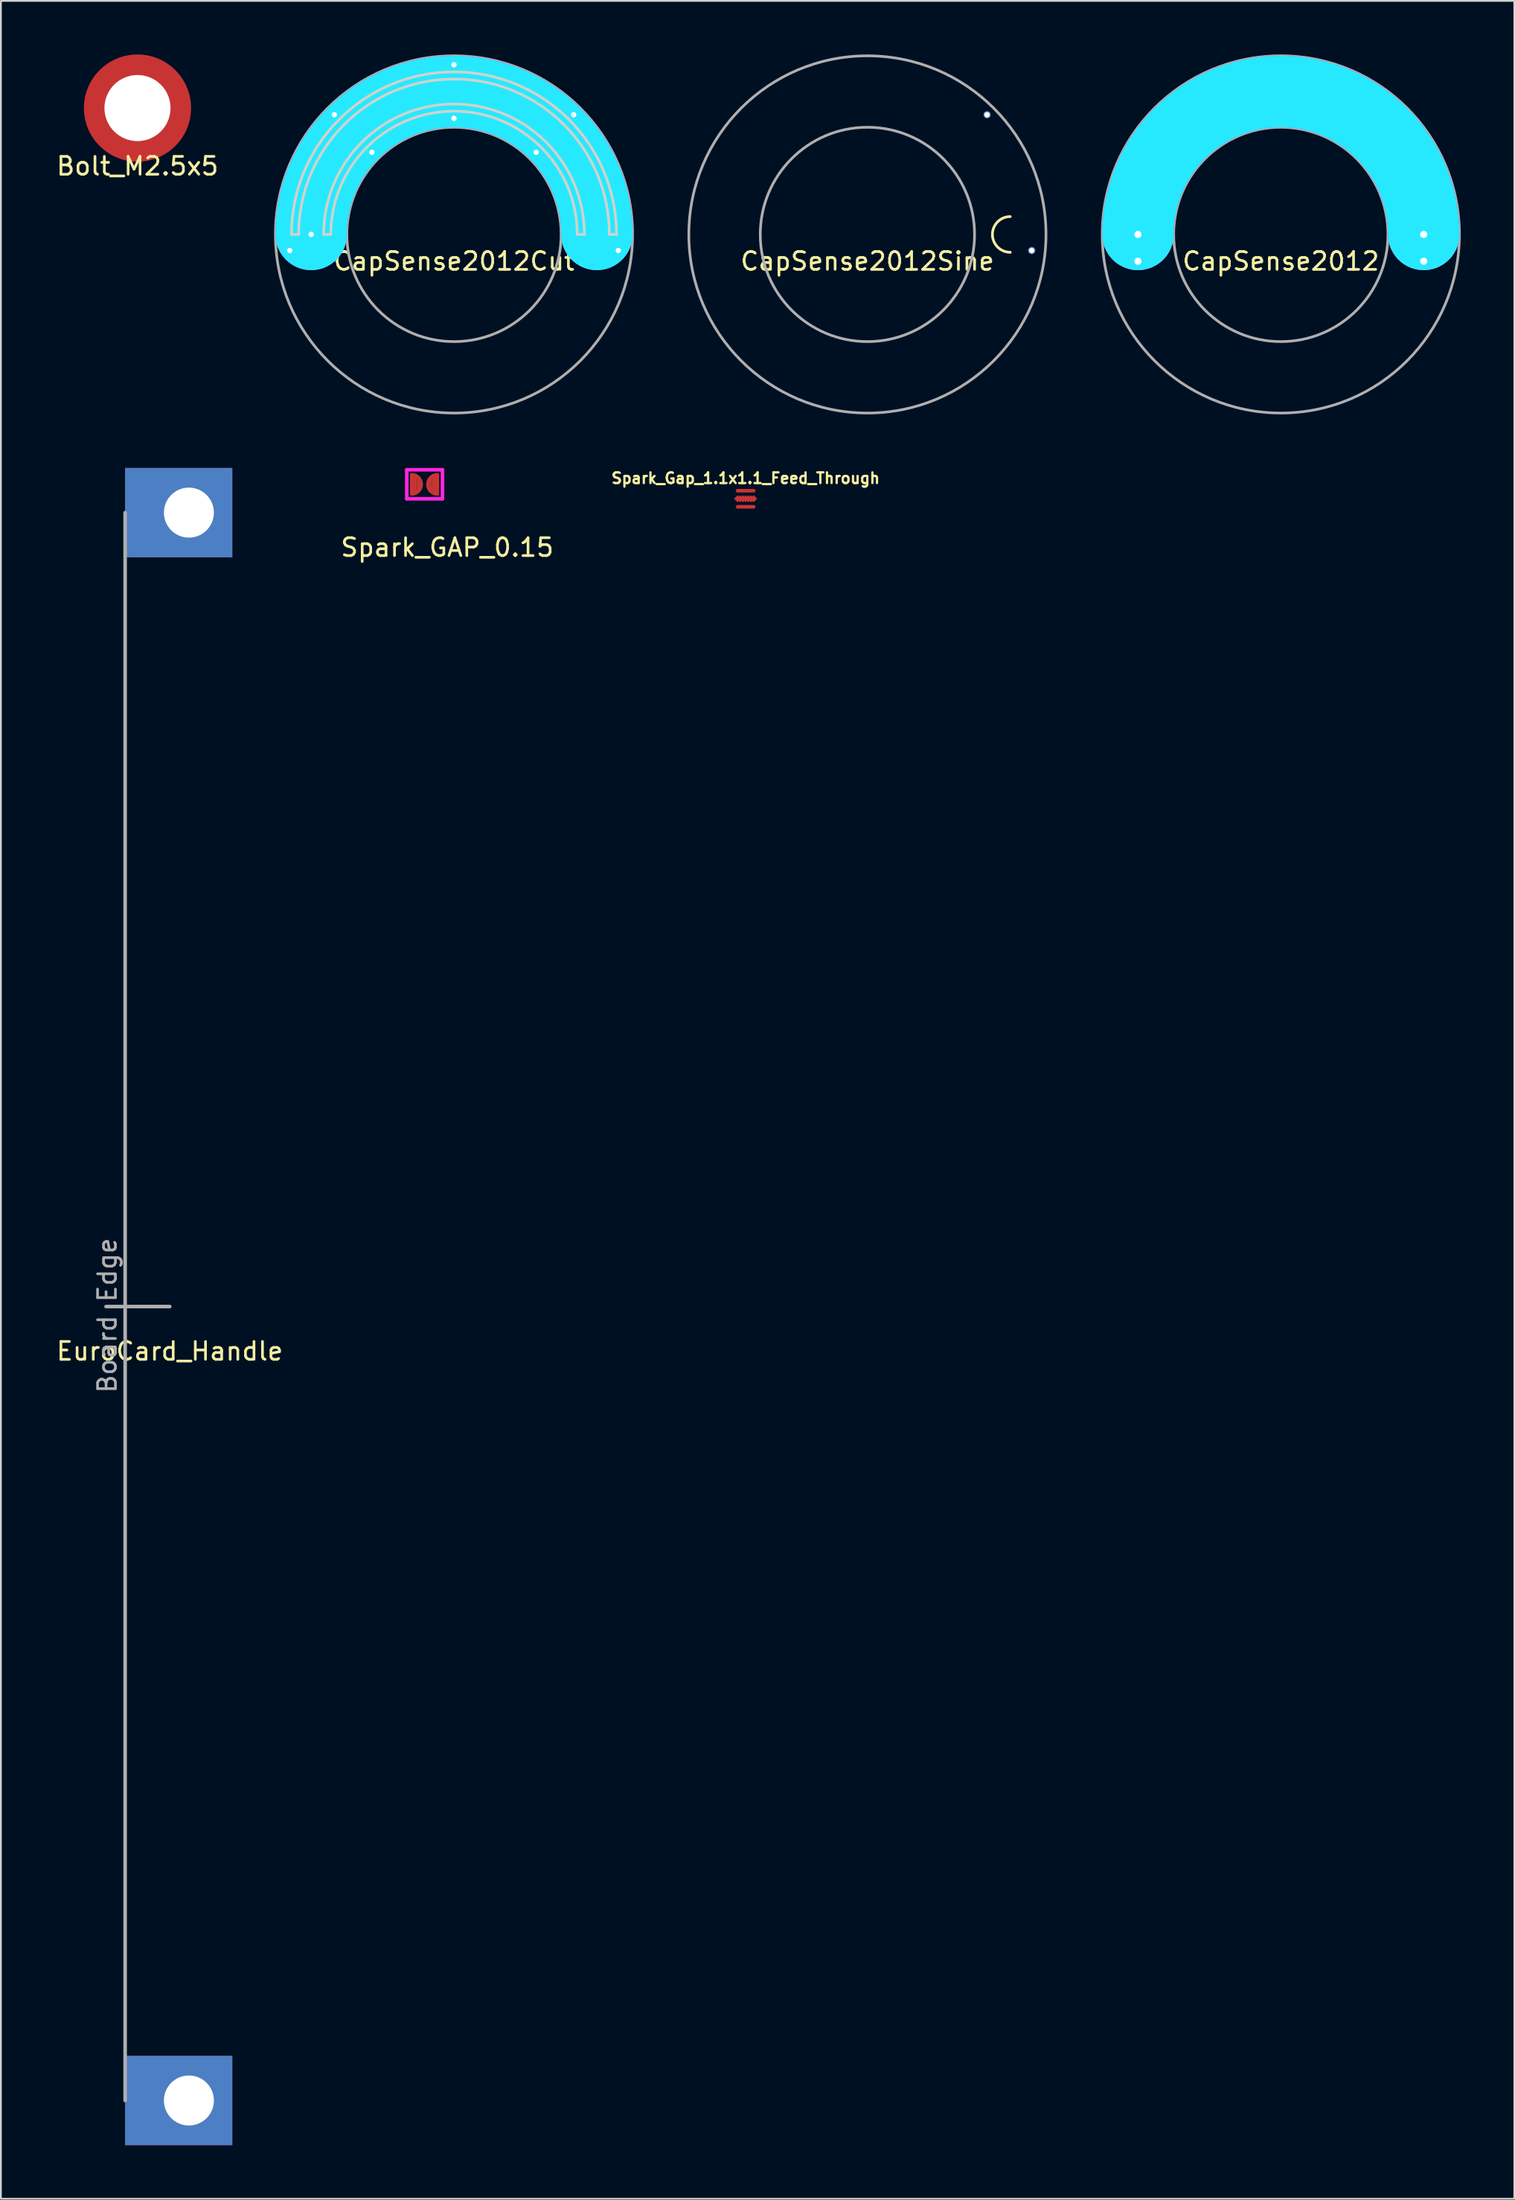
<source format=kicad_pcb>
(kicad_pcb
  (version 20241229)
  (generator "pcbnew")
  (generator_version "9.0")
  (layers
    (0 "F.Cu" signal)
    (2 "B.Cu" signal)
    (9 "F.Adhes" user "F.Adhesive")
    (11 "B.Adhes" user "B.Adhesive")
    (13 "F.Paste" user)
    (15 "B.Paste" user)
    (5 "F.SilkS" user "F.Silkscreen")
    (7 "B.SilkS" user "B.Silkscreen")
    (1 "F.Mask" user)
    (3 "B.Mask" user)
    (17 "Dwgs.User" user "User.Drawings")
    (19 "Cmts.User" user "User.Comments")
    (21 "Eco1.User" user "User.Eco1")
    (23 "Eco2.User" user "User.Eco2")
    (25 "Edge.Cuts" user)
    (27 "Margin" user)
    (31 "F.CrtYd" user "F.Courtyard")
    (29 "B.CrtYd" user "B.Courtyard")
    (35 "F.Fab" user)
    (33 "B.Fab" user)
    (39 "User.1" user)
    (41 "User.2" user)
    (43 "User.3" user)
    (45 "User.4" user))
  (footprint "EuroCard_Handle"
    (layer "F.Cu")
    (at 3.958 70.1)
    (property "Reference" "EuroCard_Handle" (at 2.5 2.5 0) (layer "F.SilkS") (effects (font (size 1 1) (thickness 0.15))))
    (attr through_hole)
    (fp_line (start -1.07 0) (end 2.5 0) (stroke (width 0.2) (type solid)) (layer "F.Fab"))
    (fp_line (start 0 -44.45) (end 0 44.45) (stroke (width 0.2) (type solid)) (layer "F.Fab"))
    (fp_text user "Board Edge" (at -1 0.5 270) (layer "F.Fab") (effects (font (size 1 1) (thickness 0.15))))
    (pad "1" thru_hole rect (at 3.57 44.45) (size 6 5) (drill 2.8 (offset -0.57 0)) (layers "*.Cu" "*.Mask"))
    (pad "2" thru_hole rect (at 3.57 -44.45) (size 6 5) (drill 2.8 (offset -0.57 0)) (layers "*.Cu" "*.Mask")))
  (footprint "CapSense2012"
    (layer "F.Cu")
    (at 68.673 10.075)
    (property "Reference" "CapSense2012" (at 0 1.5 0) (layer "F.SilkS") (effects (font (size 1 1) (thickness 0.15))))
    (attr through_hole)
    (fp_arc (start -9.5 0) (mid 0 -9.5) (end 9.5 0) (stroke (width 0.75) (type solid)) (layer "F.Cu"))
    (fp_arc (start -8 0) (mid 0 -8) (end 8 0) (stroke (width 1.5) (type solid)) (layer "F.Cu"))
    (fp_arc (start -8 1.5) (mid -9.06066 1.06066) (end -9.5 0) (stroke (width 0.75) (type solid)) (layer "F.Cu"))
    (fp_arc (start -6.5 0) (mid -6.93934 1.06066) (end -8 1.5) (stroke (width 0.75) (type solid)) (layer "F.Cu"))
    (fp_arc (start -6.5 0) (mid 0 -6.5) (end 6.5 0) (stroke (width 0.75) (type solid)) (layer "F.Cu"))
    (fp_arc (start 8 1.5) (mid 6.93934 1.06066) (end 6.5 0) (stroke (width 0.75) (type solid)) (layer "F.Cu"))
    (fp_arc (start 9.5 0) (mid 9.06066 1.06066) (end 8 1.5) (stroke (width 0.75) (type solid)) (layer "F.Cu"))
    (fp_arc (start -8 0) (mid 0 -8) (end 8 0) (stroke (width 4) (type solid)) (layer "F.Mask"))
    (fp_arc (start -8 0) (mid 0 -8) (end 8 0) (stroke (width 4) (type solid)) (layer "B.CrtYd"))
    (fp_arc (start -8 0) (mid 0 -8) (end 8 0) (stroke (width 4) (type solid)) (layer "F.CrtYd"))
    (fp_circle (center 0 0) (end 6 0) (stroke (width 0.15) (type solid)) (fill no) (layer "F.Fab"))
    (fp_circle (center 0 0) (end 10 0) (stroke (width 0.15) (type solid)) (fill no) (layer "F.Fab"))
    (pad "1" thru_hole circle (at -8 0) (size 0.75 0.75) (drill 0.4) (layers "*.Cu" "*.Mask"))
    (pad "1" thru_hole circle (at 8 0) (size 0.75 0.75) (drill 0.4) (layers "*.Cu" "*.Mask"))
    (pad "2" thru_hole circle (at -8 1.5) (size 0.75 0.75) (drill 0.4) (layers "*.Cu" "*.Mask"))
    (pad "2" thru_hole circle (at 8 1.5) (size 0.75 0.75) (drill 0.4) (layers "*.Cu" "*.Mask")))
  (footprint "Spark_Gap_1.1x1.1_Feed_Through"
    (layer "F.Cu")
    (at 38.702 24.874)
    (property "Reference" "Spark_Gap_1.1x1.1_Feed_Through" (at 0 -1.15 0) (layer "F.SilkS") (effects (font (size 0.6 0.6) (thickness 0.127))))
    (attr exclude_from_pos_files exclude_from_bom)
    (pad "1" smd rect (at -0.45 0 45) (size 0.283 0.283) (layers "F.Cu" "F.Mask" "F.Paste"))
    (pad "1" smd rect (at -0.3 0 45) (size 0.283 0.283) (layers "F.Cu" "F.Mask" "F.Paste"))
    (pad "1" smd rect (at -0.15 0 45) (size 0.283 0.283) (layers "F.Cu" "F.Mask" "F.Paste"))
    (pad "1" smd rect (at 0 0 45) (size 0.283 0.283) (layers "F.Cu" "F.Mask" "F.Paste"))
    (pad "1" smd rect (at 0 0) (size 0.5 0.2) (layers "F.Cu" "F.Mask"))
    (pad "1" smd rect (at 0.15 0 45) (size 0.283 0.283) (layers "F.Cu" "F.Mask" "F.Paste"))
    (pad "1" smd rect (at 0.3 0 45) (size 0.283 0.283) (layers "F.Cu" "F.Mask" "F.Paste"))
    (pad "1" smd rect (at 0.45 0 45) (size 0.283 0.283) (layers "F.Cu" "F.Mask" "F.Paste"))
    (pad "2" smd oval (at 0 -0.45) (size 1.1 0.2) (layers "F.Cu" "F.Mask" "F.Paste"))
    (pad "2" smd oval (at 0 0.45) (size 1.1 0.2) (layers "F.Cu" "F.Mask" "F.Paste")))
  (footprint "CapSense2012Cut"
    (layer "F.Cu")
    (at 22.373 10.075)
    (property "Reference" "CapSense2012Cut" (at 0 1.5 0) (layer "F.SilkS") (effects (font (size 1 1) (thickness 0.15))))
    (attr through_hole)
    (fp_arc (start -9.5 0) (mid 0 -9.5) (end 9.5 0) (stroke (width 0.6) (type solid)) (layer "F.Cu"))
    (fp_arc (start -8.75 1.299038) (mid -9.299038 0.75) (end -9.5 0) (stroke (width 0.6) (type solid)) (layer "F.Cu"))
    (fp_arc (start -6.5 0) (mid 0 -6.5) (end 6.5 0) (stroke (width 0.6) (type solid)) (layer "F.Cu"))
    (fp_arc (start -6.48697 0) (mid -6.687932 0.75) (end -7.23697 1.299038) (stroke (width 0.6) (type solid)) (layer "F.Cu"))
    (fp_arc (start 8 1.5) (mid 6.93934 1.06066) (end 6.5 0) (stroke (width 0.6) (type solid)) (layer "F.Cu"))
    (fp_arc (start 9.5 0) (mid 9.06066 1.06066) (end 8 1.5) (stroke (width 0.6) (type solid)) (layer "F.Cu"))
    (fp_arc (start -8 0) (mid 0 -8) (end 8 0) (stroke (width 4) (type solid)) (layer "F.Mask"))
    (fp_arc (start -9.5 0) (mid 0 -9.5) (end 9.5 0) (stroke (width 0.6) (type solid)) (layer "B.Cu"))
    (fp_arc (start -8 0) (mid 0 -8) (end 8 0) (stroke (width 1.2) (type solid)) (layer "B.Cu"))
    (fp_arc (start -8 1.5) (mid -9.06066 1.06066) (end -9.5 0) (stroke (width 0.6) (type solid)) (layer "B.Cu"))
    (fp_arc (start -6.5 0) (mid -6.93934 1.06066) (end -8 1.5) (stroke (width 0.6) (type solid)) (layer "B.Cu"))
    (fp_arc (start -6.5 0) (mid 0 -6.5) (end 6.5 0) (stroke (width 0.6) (type solid)) (layer "B.Cu"))
    (fp_arc (start 8 1.5) (mid 6.93934 1.06066) (end 6.5 0) (stroke (width 0.6) (type solid)) (layer "B.Cu"))
    (fp_arc (start 9.5 0) (mid 9.06066 1.06066) (end 8 1.5) (stroke (width 0.6) (type solid)) (layer "B.Cu"))
    (fp_arc (start -8 0) (mid 0 -8) (end 8 0) (stroke (width 4) (type solid)) (layer "B.Mask"))
    (fp_line (start -9.1 0) (end -8.7 0) (stroke (width 0.15) (type solid)) (layer "Edge.Cuts"))
    (fp_line (start -7.3 0) (end -6.9 0) (stroke (width 0.15) (type solid)) (layer "Edge.Cuts"))
    (fp_line (start 6.9 0) (end 7.3 0) (stroke (width 0.15) (type solid)) (layer "Edge.Cuts"))
    (fp_line (start 8.7 0) (end 9.1 0) (stroke (width 0.15) (type solid)) (layer "Edge.Cuts"))
    (fp_arc (start -9.1 0) (mid 0 -9.1) (end 9.1 0) (stroke (width 0.15) (type solid)) (layer "Edge.Cuts"))
    (fp_arc (start -8.7 0) (mid 0 -8.7) (end 8.7 0) (stroke (width 0.15) (type solid)) (layer "Edge.Cuts"))
    (fp_arc (start -7.3 0) (mid 0 -7.3) (end 7.3 0) (stroke (width 0.15) (type solid)) (layer "Edge.Cuts"))
    (fp_arc (start -6.9 0) (mid 0 -6.9) (end 6.9 0) (stroke (width 0.15) (type solid)) (layer "Edge.Cuts"))
    (fp_arc (start -8 0) (mid 0 -8) (end 8 0) (stroke (width 4) (type solid)) (layer "B.CrtYd"))
    (fp_arc (start -8 0) (mid 0 -8) (end 8 0) (stroke (width 4) (type solid)) (layer "F.CrtYd"))
    (fp_circle (center 0 0) (end 6 0) (stroke (width 0.15) (type solid)) (fill no) (layer "F.Fab"))
    (fp_circle (center 0 0) (end 10 0) (stroke (width 0.15) (type solid)) (fill no) (layer "F.Fab"))
    (pad "1" thru_hole circle (at -8 0) (size 0.6 0.6) (drill 0.3) (layers "*.Cu" "*.Mask"))
    (pad "2" thru_hole circle (at -9.2 0.9) (size 0.4 0.4) (drill 0.3) (layers "*.Cu" "*.Mask"))
    (pad "2" thru_hole circle (at -6.7 -6.7) (size 0.4 0.4) (drill 0.3) (layers "*.Cu" "*.Mask"))
    (pad "2" thru_hole circle (at -4.6 -4.6) (size 0.4 0.4) (drill 0.3) (layers "*.Cu" "*.Mask"))
    (pad "2" thru_hole circle (at 0 -9.5) (size 0.4 0.4) (drill 0.3) (layers "*.Cu" "*.Mask"))
    (pad "2" thru_hole circle (at 0 -6.5) (size 0.4 0.4) (drill 0.3) (layers "*.Cu" "*.Mask"))
    (pad "2" thru_hole circle (at 4.6 -4.6) (size 0.4 0.4) (drill 0.3) (layers "*.Cu" "*.Mask"))
    (pad "2" thru_hole circle (at 6.7 -6.7) (size 0.4 0.4) (drill 0.3) (layers "*.Cu" "*.Mask"))
    (pad "2" thru_hole circle (at 9.2 0.9) (size 0.4 0.4) (drill 0.3) (layers "*.Cu" "*.Mask")))
  (footprint "Bolt_M2.5x5"
    (layer "F.Cu")
    (at 4.649 3)
    (property "Reference" "Bolt_M2.5x5" (at 0 3.25 0) (layer "F.SilkS") (effects (font (size 1 1) (thickness 0.15))))
    (attr through_hole)
    (pad "" np_thru_hole circle (at 0 0) (size 3.7 3.7) (drill 3.7) (layers "*.Cu" "*.Mask"))
    (pad "" smd circle (at 0 0) (size 6 6) (layers "F.Cu" "F.Mask" "F.Paste")))
  (footprint "Spark_GAP_0.15"
    (layer "F.Cu")
    (at 19.904 24.7)
    (property "Reference" "Spark_GAP_0.15" (at 2.09 2.9 0) (layer "F.SilkS") (effects (font (size 1 1) (thickness 0.15))))
    (attr through_hole)
    (fp_line (start 0.47 -0.94) (end 0.47 -0.34) (stroke (width 0.15) (type solid)) (layer "F.Cu"))
    (fp_line (start 1.17 -0.329) (end 1.17 -0.929) (stroke (width 0.15) (type solid)) (layer "F.Cu"))
    (fp_arc (start 0.1 -1.17) (mid 0.635 -0.635) (end 0.1 -0.1) (stroke (width 0.2) (type solid)) (layer "F.Cu"))
    (fp_arc (start 1.54044 -0.099344) (mid 1.00544 -0.634344) (end 1.54044 -1.169344) (stroke (width 0.2) (type solid)) (layer "F.Cu"))
    (fp_line (start 0.02 -1.25) (end 1.62 -1.25) (stroke (width 0.05) (type solid)) (layer "F.Mask"))
    (fp_line (start 0.02 -0.02) (end 0.02 -1.25) (stroke (width 0.05) (type solid)) (layer "F.Mask"))
    (fp_line (start 0.02 -0.02) (end 1.62 -0.02) (stroke (width 0.05) (type solid)) (layer "F.Mask"))
    (fp_line (start 0.1 -1.15) (end 1.53 -1.15) (stroke (width 0.2) (type solid)) (layer "F.Mask"))
    (fp_line (start 0.1 -0.74) (end 1.53 -0.74) (stroke (width 0.2) (type solid)) (layer "F.Mask"))
    (fp_line (start 0.1 -0.6) (end 1.53 -0.6) (stroke (width 0.2) (type solid)) (layer "F.Mask"))
    (fp_line (start 0.1 -0.47) (end 1.53 -0.47) (stroke (width 0.2) (type solid)) (layer "F.Mask"))
    (fp_line (start 0.1 -0.32) (end 1.53 -0.32) (stroke (width 0.2) (type solid)) (layer "F.Mask"))
    (fp_line (start 0.11 -1.01) (end 1.54 -1.01) (stroke (width 0.2) (type solid)) (layer "F.Mask"))
    (fp_line (start 0.11 -0.86) (end 1.54 -0.86) (stroke (width 0.2) (type solid)) (layer "F.Mask"))
    (fp_line (start 0.11 -0.16) (end 1.54 -0.16) (stroke (width 0.2) (type solid)) (layer "F.Mask"))
    (fp_line (start 0.11 -0.11) (end 1.54 -0.11) (stroke (width 0.2) (type solid)) (layer "F.Mask"))
    (fp_line (start 1.62 -0.02) (end 1.62 -1.25) (stroke (width 0.05) (type solid)) (layer "F.Mask"))
    (fp_line (start -0.175 -1.45) (end -0.175 0.175) (stroke (width 0.2) (type solid)) (layer "F.CrtYd"))
    (fp_line (start -0.175 -1.45) (end 1.825 -1.45) (stroke (width 0.2) (type solid)) (layer "F.CrtYd"))
    (fp_line (start -0.175 0.175) (end 1.825 0.175) (stroke (width 0.2) (type solid)) (layer "F.CrtYd"))
    (fp_line (start 1.825 -1.45) (end 1.825 0.175) (stroke (width 0.2) (type solid)) (layer "F.CrtYd"))
    (pad "1" smd rect (at 0.2 -0.635) (size 0.4 1.1) (layers "F.Cu"))
    (pad "2" smd rect (at 1.44 -0.634 180) (size 0.4 1.1) (layers "F.Cu")))
  (footprint "CapSense2012Sine"
    (layer "F.Cu")
    (at 45.523 10.075)
    (property "Reference" "CapSense2012Sine" (at 0 1.5 0) (layer "F.SilkS") (effects (font (size 1 1) (thickness 0.15))))
    (attr through_hole)
    (fp_arc (start 8 1) (mid 7 0) (end 8 -1) (stroke (width 0.15) (type solid)) (layer "F.SilkS"))
    (fp_circle (center 0 0) (end 6 0) (stroke (width 0.15) (type solid)) (fill no) (layer "F.Fab"))
    (fp_circle (center 0 0) (end 10 0) (stroke (width 0.15) (type solid)) (fill no) (layer "F.Fab"))
    (pad "2" thru_hole circle (at 6.7 -6.7) (size 0.4 0.4) (drill 0.3) (layers "*.Cu" "*.Mask"))
    (pad "2" thru_hole circle (at 9.2 0.9) (size 0.4 0.4) (drill 0.3) (layers "*.Cu" "*.Mask")))
  (gr_rect
    (start -3 -3)
    (end 81.748 120.05)
    (stroke (width 0.1) (type default))
    (fill no)
    (layer "Edge.Cuts")))
</source>
